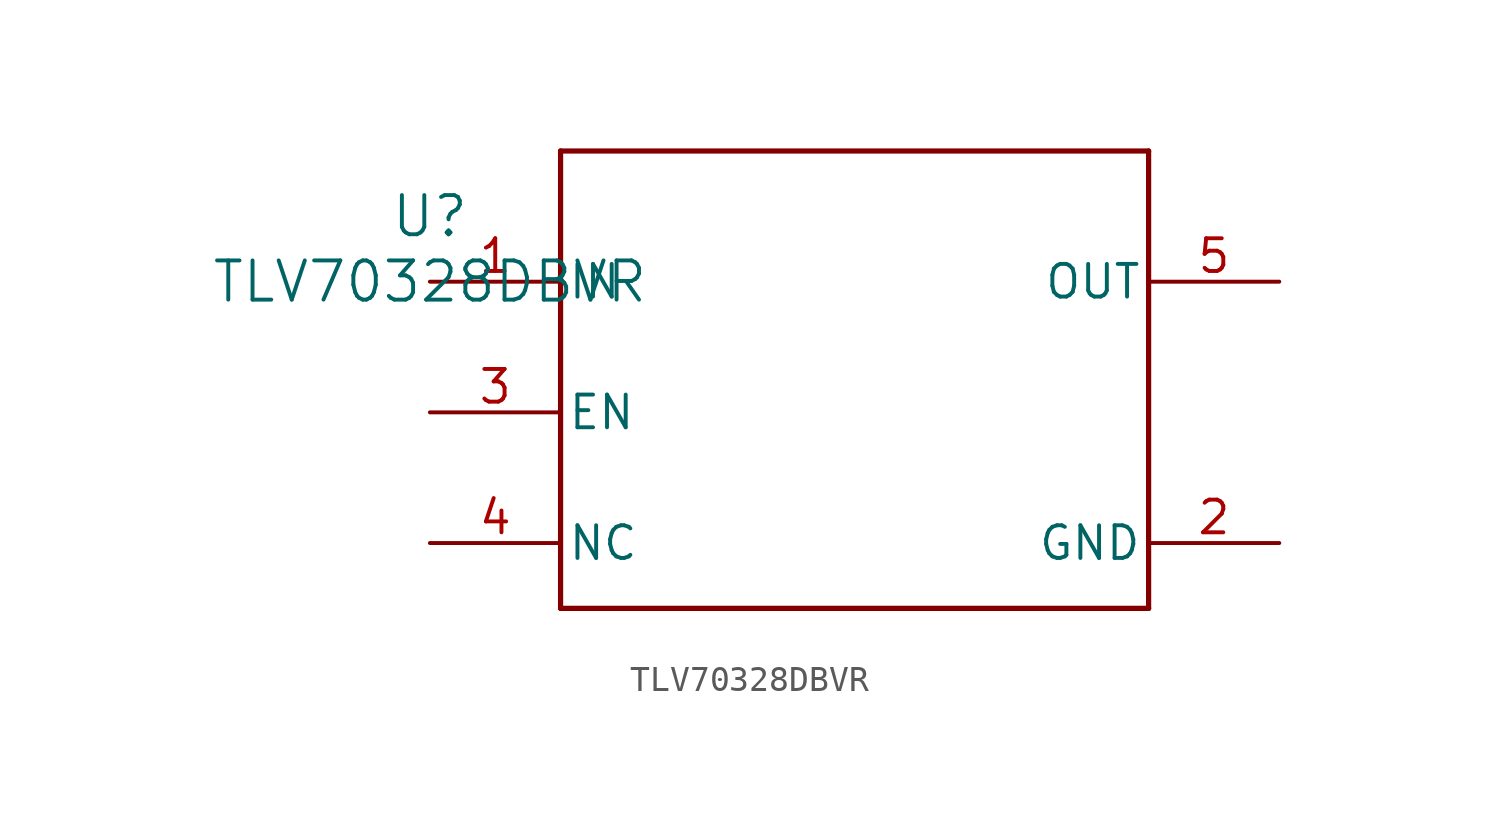
<source format=kicad_sym>
(kicad_symbol_lib
  (version 20231120)
  (generator "kicad_symbol_editor")
  (generator_version "8.0")
  (symbol "TLV70328DBVR"
    (pin_names
      (offset 0.254))
    (property "Reference" "U"
      (at 0 2.54 0)
      (effects (font (size 1.524 1.524))))
    (property "Value" "TLV70328DBVR"
      (at 0 0 0)
      (effects (font (size 1.524 1.524))))
    (property "ki_locked" ""
      (at 0 0 0)
      (effects (font (size 1.27 1.27))))
    (symbol "TLV70328DBVR_0_1"
      (polyline (pts (xy 5.08 -12.7) (xy 27.94 -12.7)) (stroke (width 0.203) (type default)) (fill (type none)))
      (polyline (pts (xy 5.08 5.08) (xy 5.08 -12.7)) (stroke (width 0.203) (type default)) (fill (type none)))
      (polyline (pts (xy 27.94 -12.7) (xy 27.94 5.08)) (stroke (width 0.203) (type default)) (fill (type none)))
      (polyline (pts (xy 27.94 5.08) (xy 5.08 5.08)) (stroke (width 0.203) (type default)) (fill (type none)))
      (pin power_in line (at 0 0 0) (length 5.08) (name "IN" (effects (font (size 1.27 1.27)))) (number "1" (effects (font (size 1.27 1.27)))))
      (pin power_in line (at 33.02 -10.16 180) (length 5.08) (name "GND" (effects (font (size 1.27 1.27)))) (number "2" (effects (font (size 1.27 1.27)))))
      (pin input line (at 0 -5.08 0) (length 5.08) (name "EN" (effects (font (size 1.27 1.27)))) (number "3" (effects (font (size 1.27 1.27)))))
      (pin unspecified line (at 0 -10.16 0) (length 5.08) (name "NC" (effects (font (size 1.27 1.27)))) (number "4" (effects (font (size 1.27 1.27)))))
      (pin unspecified line (at 33.02 0 180) (length 5.08) (name "OUT" (effects (font (size 1.27 1.27)))) (number "5" (effects (font (size 1.27 1.27))))))))
</source>
